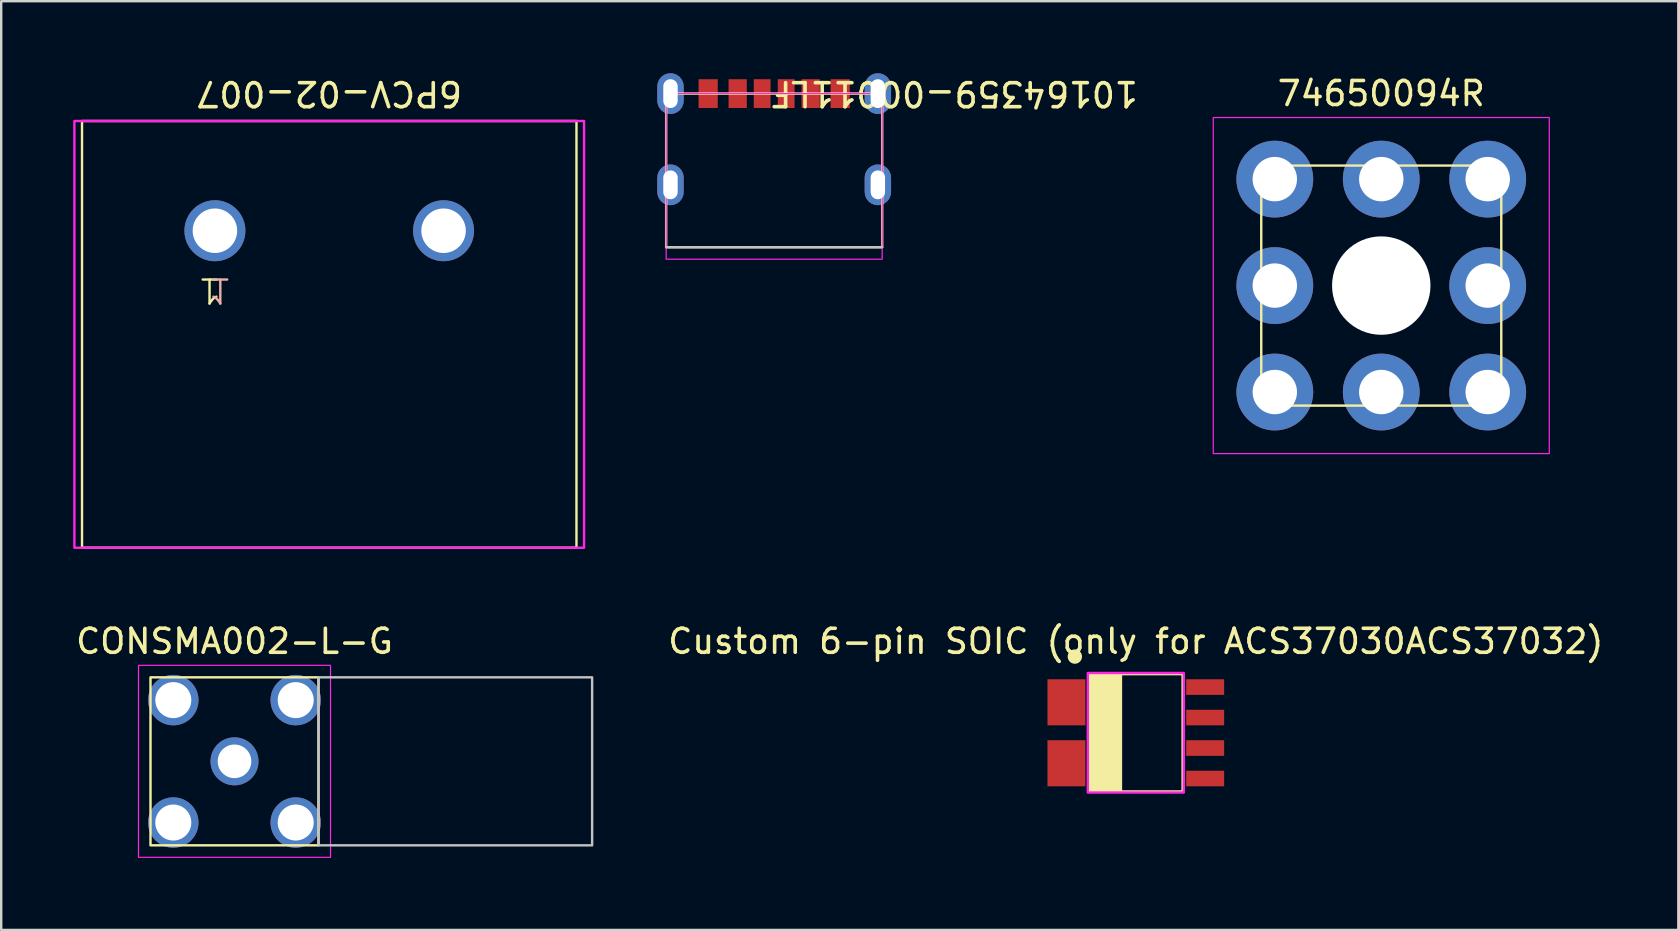
<source format=kicad_pcb>
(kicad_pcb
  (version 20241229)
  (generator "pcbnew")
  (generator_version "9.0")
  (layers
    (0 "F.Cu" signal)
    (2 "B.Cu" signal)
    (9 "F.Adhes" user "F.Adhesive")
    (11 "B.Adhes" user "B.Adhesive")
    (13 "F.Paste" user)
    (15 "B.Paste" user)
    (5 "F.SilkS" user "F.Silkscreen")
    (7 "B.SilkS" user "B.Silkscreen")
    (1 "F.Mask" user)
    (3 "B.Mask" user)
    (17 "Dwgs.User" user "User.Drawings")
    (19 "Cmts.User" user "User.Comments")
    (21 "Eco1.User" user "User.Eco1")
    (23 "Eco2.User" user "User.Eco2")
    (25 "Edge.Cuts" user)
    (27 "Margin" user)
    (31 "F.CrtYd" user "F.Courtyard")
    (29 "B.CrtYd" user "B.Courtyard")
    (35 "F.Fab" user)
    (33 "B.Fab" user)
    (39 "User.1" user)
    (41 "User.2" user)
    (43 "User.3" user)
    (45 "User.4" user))
  (footprint "74650094R"
    (layer "F.Cu")
    (at 54.497 8.848)
    (property "Reference" "74650094R" (at 0 -8 0) (unlocked yes) (layer "F.SilkS") (effects (font (size 1 1) (thickness 0.15))))
    (attr through_hole)
    (fp_rect (start -5 -5) (end 5 5) (stroke (width 0.1) (type default)) (fill no) (layer "F.SilkS"))
    (fp_rect (start -7 -7) (end 7 7) (stroke (width 0.05) (type default)) (fill no) (layer "F.CrtYd"))
    (pad "" np_thru_hole circle (at 0 0) (size 4.1 4.1) (drill 4.1) (layers "*.Cu" "*.Mask"))
    (pad "1" thru_hole circle (at -4.435 -4.435) (size 3.2 3.2) (drill 1.85) (layers "*.Cu" "*.Mask"))
    (pad "1" thru_hole circle (at -4.435 0) (size 3.2 3.2) (drill 1.85) (layers "*.Cu" "*.Mask"))
    (pad "1" thru_hole circle (at -4.435 4.435) (size 3.2 3.2) (drill 1.85) (layers "*.Cu" "*.Mask"))
    (pad "1" thru_hole circle (at 0 -4.435) (size 3.2 3.2) (drill 1.85) (layers "*.Cu" "*.Mask"))
    (pad "1" thru_hole circle (at 0 4.435) (size 3.2 3.2) (drill 1.85) (layers "*.Cu" "*.Mask"))
    (pad "1" thru_hole circle (at 4.435 -4.435) (size 3.2 3.2) (drill 1.85) (layers "*.Cu" "*.Mask"))
    (pad "1" thru_hole circle (at 4.435 0) (size 3.2 3.2) (drill 1.85) (layers "*.Cu" "*.Mask"))
    (pad "1" thru_hole circle (at 4.435 4.435) (size 3.2 3.2) (drill 1.85) (layers "*.Cu" "*.Mask")))
  (footprint "6PCV-02-007"
    (layer "F.Cu")
    (at 10.667 6.563)
    (property "Reference" "6PCV-02-007" (at 0 -5.715 180) (unlocked yes) (layer "F.SilkS") (effects (font (size 1 1) (thickness 0.15))))
    (attr smd)
    (fp_rect (start -10.3 -4.572) (end 10.3 13.208) (stroke (width 0.1) (type default)) (fill no) (layer "F.SilkS"))
    (fp_rect (start -10.617 -4.572) (end 10.617 13.208) (stroke (width 0.1) (type default)) (fill no) (layer "F.CrtYd"))
    (fp_text user "1" (at -4.445 1.905 180) (unlocked yes) (layer "F.SilkS") (effects (font (size 1 1) (thickness 0.1)) (justify left bottom)))
    (fp_text user "1" (at -5.08 1.905 180) (unlocked yes) (layer "B.SilkS") (effects (font (size 1 1) (thickness 0.1)) (justify left bottom mirror)))
    (pad "1" thru_hole circle (at -4.763 0 90) (size 2.54 2.54) (drill 1.854) (layers "*.Cu" "*.Mask"))
    (pad "2" thru_hole circle (at 4.763 0 90) (size 2.54 2.54) (drill 1.854) (layers "*.Cu" "*.Mask")))
  (footprint "10164359-00011LF"
    (layer "F.Cu")
    (at 29.204 0.85)
    (property "Reference" "10164359-00011LF" (at 7.5 0 180) (unlocked yes) (layer "F.SilkS") (effects (font (size 1 1) (thickness 0.15))))
    (attr smd)
    (fp_rect (start -4.5 0) (end 4.5 6.4) (stroke (width 0.1) (type default)) (fill no) (layer "F.SilkS"))
    (fp_line (start -4.5 6.4) (end 4.5 6.4) (stroke (width 0.1) (type default)) (layer "Dwgs.User"))
    (fp_rect (start -4.5 0) (end 4.5 6.9) (stroke (width 0.05) (type default)) (fill no) (layer "F.CrtYd"))
    (pad "A5" smd rect (at -0.5 0) (size 0.7 1.2) (layers "F.Cu" "F.Mask" "F.Paste"))
    (pad "A9" smd rect (at 1.52 0) (size 0.76 1.2) (layers "F.Cu" "F.Mask" "F.Paste"))
    (pad "A12" smd rect (at 2.75 0) (size 0.8 1.2) (layers "F.Cu" "F.Mask" "F.Paste"))
    (pad "B5" smd rect (at 0.5 0) (size 0.7 1.2) (layers "F.Cu" "F.Mask" "F.Paste"))
    (pad "B9" smd rect (at -1.52 0) (size 0.76 1.2) (layers "F.Cu" "F.Mask" "F.Paste"))
    (pad "B12" smd rect (at -2.75 0) (size 0.8 1.2) (layers "F.Cu" "F.Mask" "F.Paste"))
    (pad "S1" thru_hole roundrect (at -4.32 0 180) (size 1.1 1.7) (drill oval 0.6 1.2) (layers "*.Cu" "*.Mask") (roundrect_rratio 0.5))
    (pad "S1" thru_hole roundrect (at -4.32 3.8 180) (size 1.1 1.7) (drill oval 0.6 1.2) (layers "*.Cu" "*.Mask") (roundrect_rratio 0.5))
    (pad "S1" thru_hole roundrect (at 4.32 0 180) (size 1.1 1.7) (drill oval 0.6 1.2) (layers "*.Cu" "*.Mask") (roundrect_rratio 0.5))
    (pad "S1" thru_hole roundrect (at 4.32 3.8 180) (size 1.1 1.7) (drill oval 0.6 1.2) (layers "*.Cu" "*.Mask") (roundrect_rratio 0.5)))
  (footprint "Custom 6-pin SOIC (only for ACS37030ACS37032)"
    (layer "F.Cu")
    (at 44.271 27.48)
    (property "Reference" "Custom 6-pin SOIC (only for ACS37030ACS37032)" (at 0 -3.81 0) (unlocked yes) (layer "F.SilkS") (effects (font (size 1 1) (thickness 0.15))))
    (attr smd)
    (fp_rect (start -1.95 -2.445) (end -0.62 2.45) (stroke (width 0.1) (type solid)) (fill yes) (layer "F.SilkS"))
    (fp_rect (start -1.95 -2.445) (end 1.95 2.445) (stroke (width 0.1) (type default)) (fill no) (layer "F.SilkS"))
    (fp_circle (center -2.54 -3.175) (end -2.291 -3.175) (stroke (width 0.1) (type solid)) (fill yes) (layer "F.SilkS"))
    (fp_rect (start -2 -2.49) (end 2 2.49) (stroke (width 0.1) (type default)) (fill no) (layer "F.CrtYd"))
    (pad "1" smd rect (at -2.89 -1.27) (size 1.58 1.92) (layers "F.Cu" "F.Mask" "F.Paste"))
    (pad "2" smd rect (at -2.89 1.27) (size 1.58 1.92) (layers "F.Cu" "F.Mask" "F.Paste"))
    (pad "3" smd rect (at 2.89 1.905) (size 1.58 0.65) (layers "F.Cu" "F.Mask" "F.Paste"))
    (pad "4" smd rect (at 2.89 0.635) (size 1.58 0.65) (layers "F.Cu" "F.Mask" "F.Paste"))
    (pad "5" smd rect (at 2.89 -0.635) (size 1.58 0.65) (layers "F.Cu" "F.Mask" "F.Paste"))
    (pad "6" smd rect (at 2.89 -1.905) (size 1.58 0.65) (layers "F.Cu" "F.Mask" "F.Paste")))
  (footprint "CONSMA002-L-G"
    (layer "F.Cu")
    (at 6.72 28.669)
    (property "Reference" "CONSMA002-L-G" (at 0 -5 0) (unlocked yes) (layer "F.SilkS") (effects (font (size 1 1) (thickness 0.15))))
    (attr through_hole)
    (fp_rect (start -3.5 -3.5) (end 3.5 3.5) (stroke (width 0.1) (type default)) (fill no) (layer "F.SilkS"))
    (fp_rect (start 3.5 -3.5) (end 14.9 3.5) (stroke (width 0.1) (type solid)) (fill no) (layer "Dwgs.User"))
    (fp_rect (start -4 -4) (end 4 4) (stroke (width 0.05) (type default)) (fill no) (layer "F.CrtYd"))
    (pad "1" thru_hole circle (at 0 0) (size 2 2) (drill 1.4) (layers "*.Cu" "*.Mask"))
    (pad "2" thru_hole circle (at -2.55 -2.55) (size 2.1 2.1) (drill 1.5) (layers "*.Cu" "*.Mask"))
    (pad "2" thru_hole circle (at -2.55 2.55) (size 2.1 2.1) (drill 1.5) (layers "*.Cu" "*.Mask"))
    (pad "2" thru_hole circle (at 2.55 -2.55) (size 2.1 2.1) (drill 1.5) (layers "*.Cu" "*.Mask"))
    (pad "2" thru_hole circle (at 2.55 2.55) (size 2.1 2.1) (drill 1.5) (layers "*.Cu" "*.Mask")))
  (gr_rect
    (start -3 -3)
    (end 66.873 35.694)
    (stroke (width 0.1) (type default))
    (fill no)
    (layer "Edge.Cuts")))
</source>
